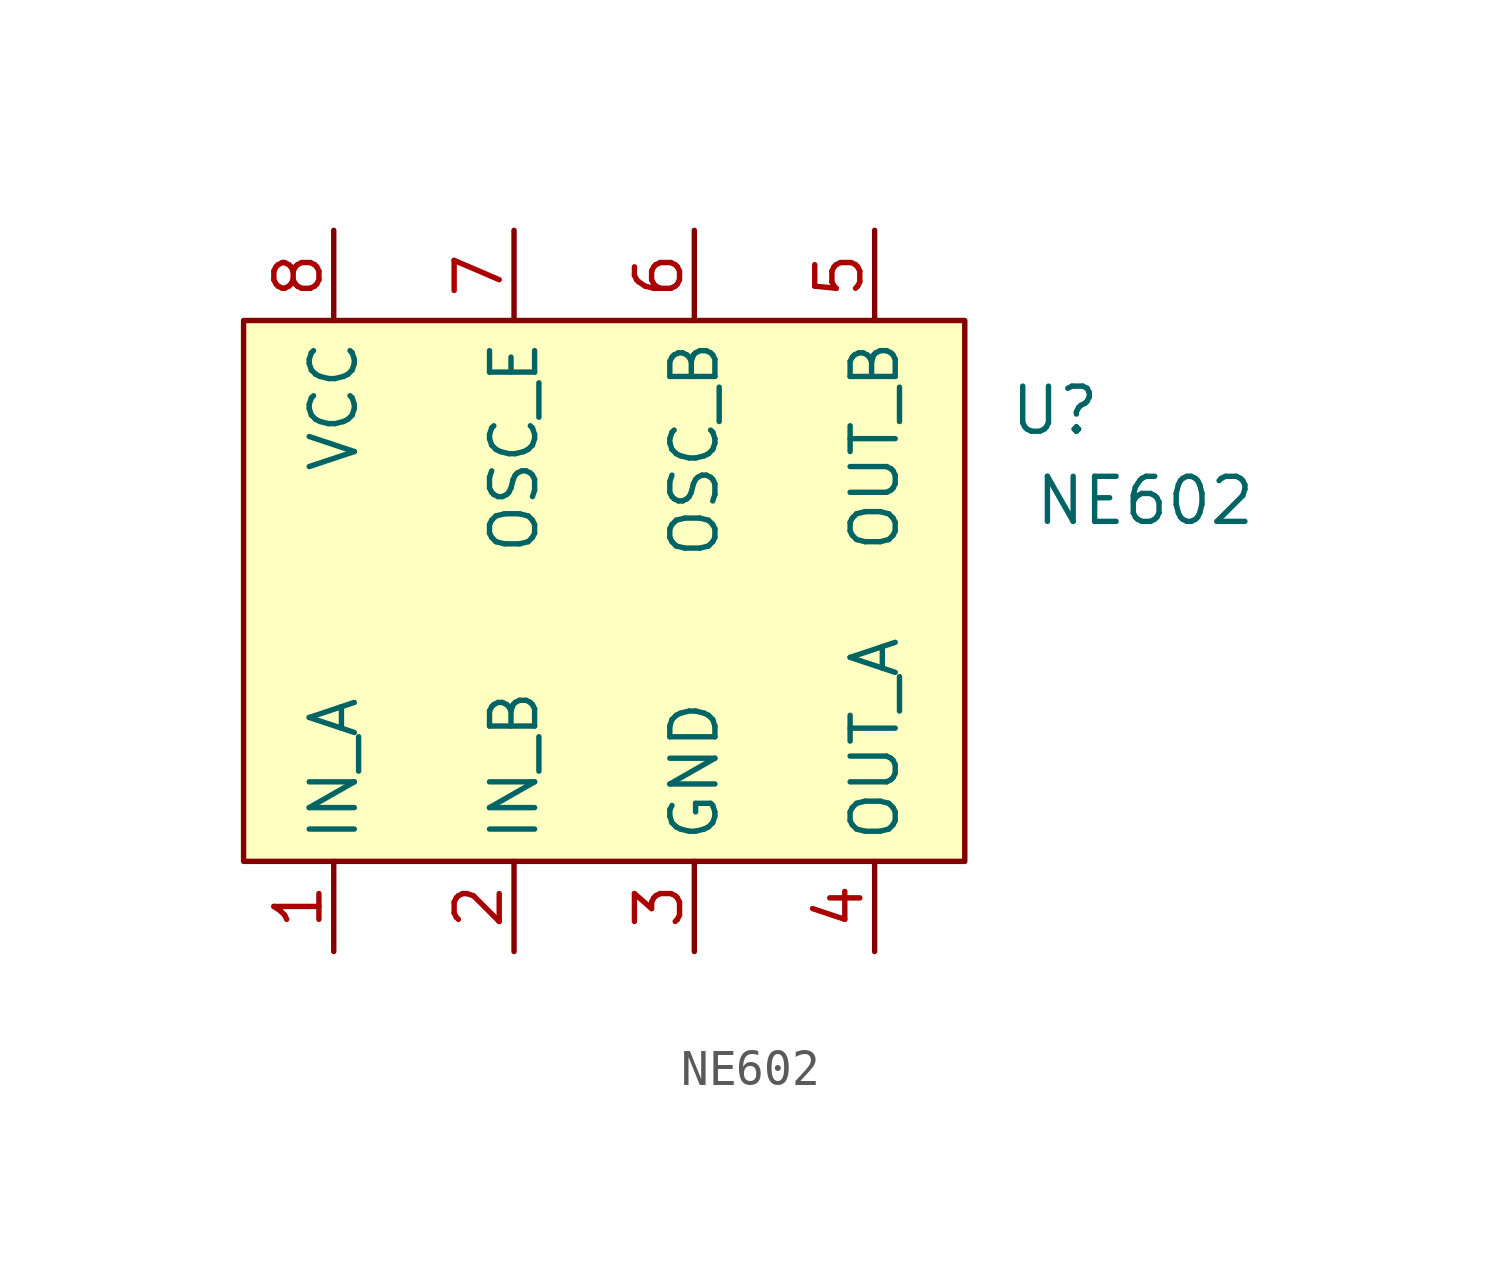
<source format=kicad_sym>
(kicad_symbol_lib
  (version 20220914)
  (generator kicad_symbol_editor)
  (symbol "NE602"
    (property "Reference" "U"
      (at 12.7 5.08 0)
      (effects (font (size 1.27 1.27))))
    (property "Value" "NE602"
      (at 15.24 2.54 0)
      (effects (font (size 1.27 1.27))))
    (symbol "NE602_1_0"
      (pin passive line (at -7.62 -10.16 90) (length 2.54) (name "IN_A" (effects (font (size 1.27 1.27)))) (number "1" (effects (font (size 1.27 1.27)))))
      (pin passive line (at -2.54 -10.16 90) (length 2.54) (name "IN_B" (effects (font (size 1.27 1.27)))) (number "2" (effects (font (size 1.27 1.27)))))
      (pin power_in line (at 2.54 -10.16 90) (length 2.54) (name "GND" (effects (font (size 1.27 1.27)))) (number "3" (effects (font (size 1.27 1.27)))))
      (pin passive line (at 7.62 -10.16 90) (length 2.54) (name "OUT_A" (effects (font (size 1.27 1.27)))) (number "4" (effects (font (size 1.27 1.27)))))
      (pin passive line (at 7.62 10.16 270) (length 2.54) (name "OUT_B" (effects (font (size 1.27 1.27)))) (number "5" (effects (font (size 1.27 1.27)))))
      (pin passive line (at 2.54 10.16 270) (length 2.54) (name "OSC_B" (effects (font (size 1.27 1.27)))) (number "6" (effects (font (size 1.27 1.27)))))
      (pin passive line (at -2.54 10.16 270) (length 2.54) (name "OSC_E" (effects (font (size 1.27 1.27)))) (number "7" (effects (font (size 1.27 1.27)))))
      (pin power_in line (at -7.62 10.16 270) (length 2.54) (name "VCC" (effects (font (size 1.27 1.27)))) (number "8" (effects (font (size 1.27 1.27))))))
    (symbol "NE602_1_1"
      (rectangle (start -10.16 7.62) (end 10.16 -7.62) (stroke (width 0) (type default)) (fill (type background))))))
</source>
